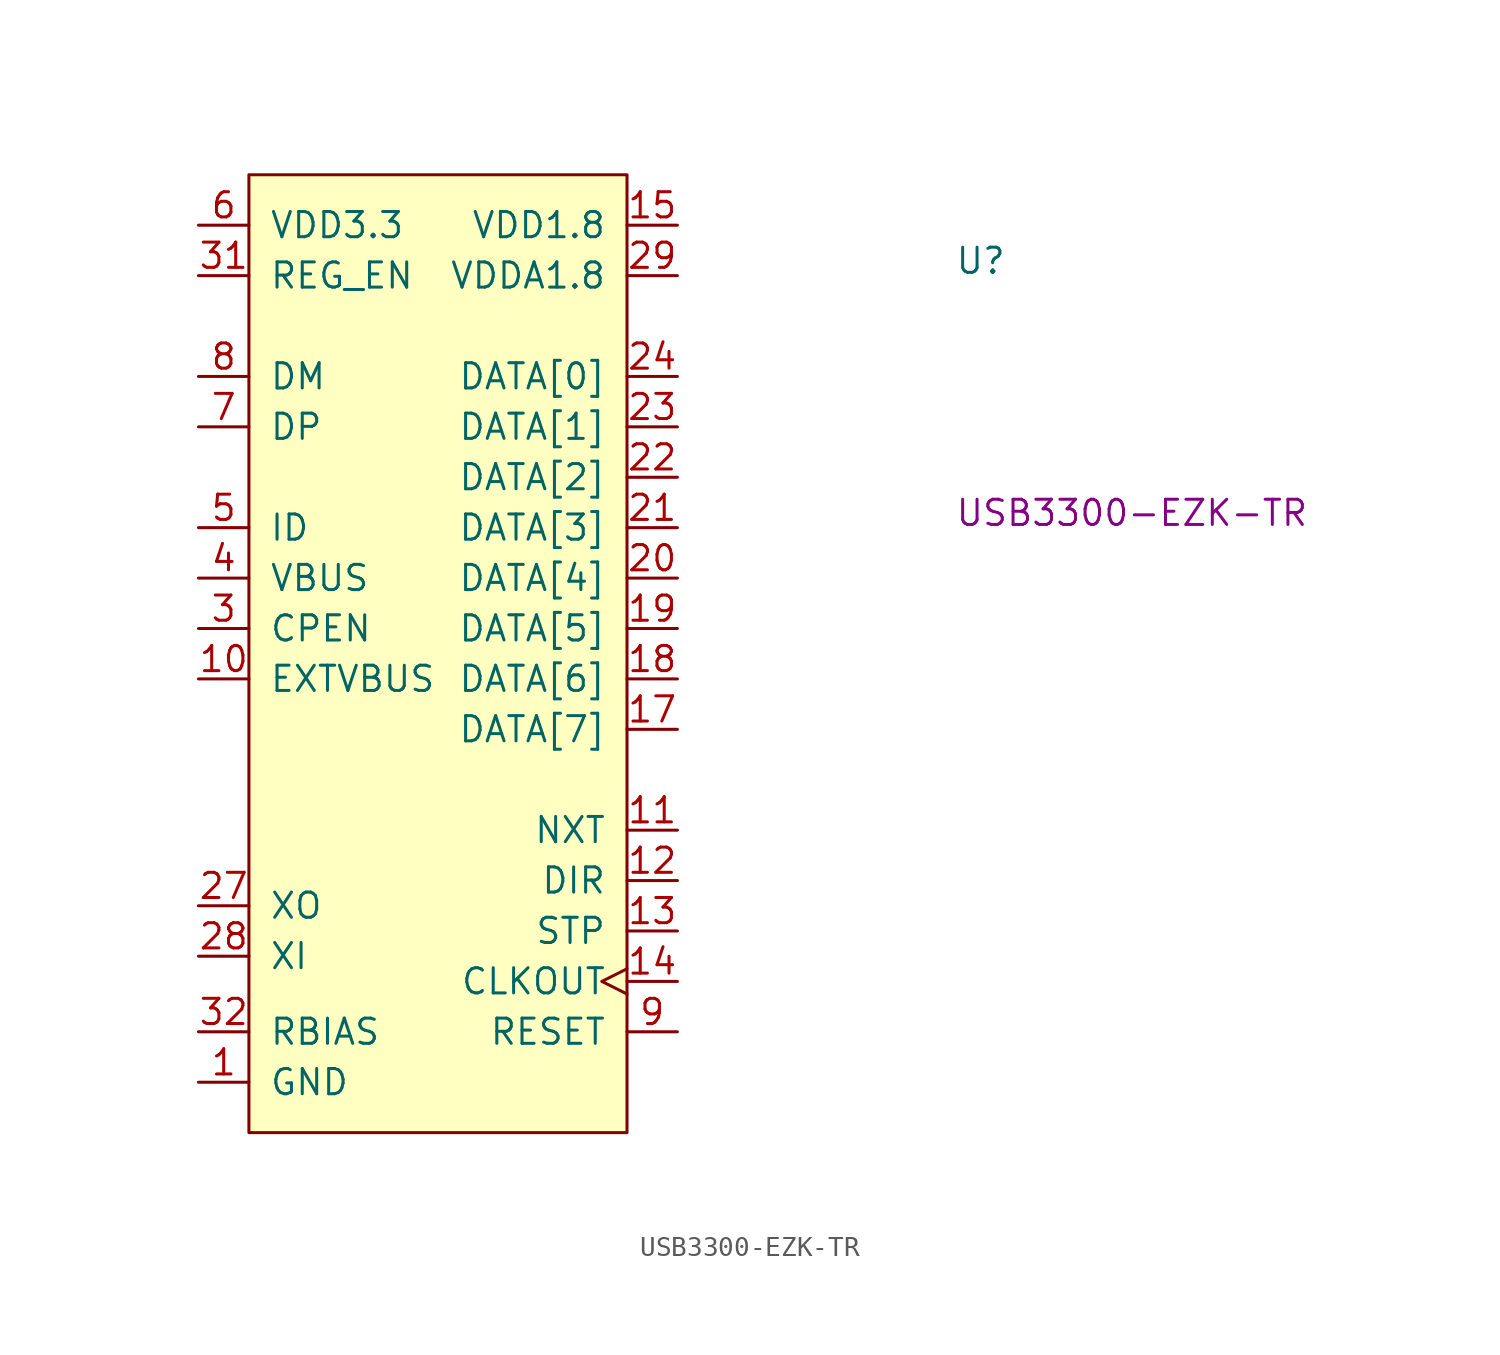
<source format=kicad_sym>
(kicad_symbol_lib
  (version 20220914)
  (generator kicad_symbol_editor)
  (symbol "USB3300-EZK-TR"
    (pin_names
      (offset 1.016))
    (property "Reference" "U"
      (at 38.1 -2.54 0)
      (effects (font (size 1.27 1.27) (thickness 0.15)) (justify left bottom)))
    (property "MPN" "USB3300-EZK-TR"
      (at 38.1 -15.24 0)
      (effects (font (size 1.27 1.27) (thickness 0.15)) (justify left bottom)))
    (symbol "USB3300-EZK-TR_0_0"
      (rectangle (start 2.54 2.54) (end 21.59 -45.72) (stroke (width 0) (type default)) (fill (type background)))
      (pin power_in line (at 0 -43.18 0) (length 2.54) (name "GND" (effects (font (size 1.27 1.27)))) (number "1" (effects (font (size 1.27 1.27)))))
      (pin input line (at 0 -22.86 0) (length 2.54) (name "EXTVBUS" (effects (font (size 1.27 1.27)))) (number "10" (effects (font (size 1.27 1.27)))))
      (pin output line (at 24.13 -30.48 180) (length 2.54) (name "NXT" (effects (font (size 1.27 1.27)))) (number "11" (effects (font (size 1.27 1.27)))))
      (pin output line (at 24.13 -33.02 180) (length 2.54) (name "DIR" (effects (font (size 1.27 1.27)))) (number "12" (effects (font (size 1.27 1.27)))))
      (pin input line (at 24.13 -35.56 180) (length 2.54) (name "STP" (effects (font (size 1.27 1.27)))) (number "13" (effects (font (size 1.27 1.27)))))
      (pin output clock (at 24.13 -38.1 180) (length 2.54) (name "CLKOUT" (effects (font (size 1.27 1.27)))) (number "14" (effects (font (size 1.27 1.27)))))
      (pin power_in line (at 24.13 0 180) (length 2.54) (name "VDD1.8" (effects (font (size 1.27 1.27)))) (number "15" (effects (font (size 1.27 1.27)))))
      (pin passive line (at 0 0 0) (length 2.54) hide (name "VDD3.3" (effects (font (size 1.27 1.27)))) (number "16" (effects (font (size 1.27 1.27)))))
      (pin bidirectional line (at 24.13 -25.4 180) (length 2.54) (name "DATA[7]" (effects (font (size 1.27 1.27)))) (number "17" (effects (font (size 1.27 1.27)))))
      (pin bidirectional line (at 24.13 -22.86 180) (length 2.54) (name "DATA[6]" (effects (font (size 1.27 1.27)))) (number "18" (effects (font (size 1.27 1.27)))))
      (pin bidirectional line (at 24.13 -20.32 180) (length 2.54) (name "DATA[5]" (effects (font (size 1.27 1.27)))) (number "19" (effects (font (size 1.27 1.27)))))
      (pin passive line (at 0 -43.18 0) (length 2.54) hide (name "GND" (effects (font (size 1.27 1.27)))) (number "2" (effects (font (size 1.27 1.27)))))
      (pin bidirectional line (at 24.13 -17.78 180) (length 2.54) (name "DATA[4]" (effects (font (size 1.27 1.27)))) (number "20" (effects (font (size 1.27 1.27)))))
      (pin bidirectional line (at 24.13 -15.24 180) (length 2.54) (name "DATA[3]" (effects (font (size 1.27 1.27)))) (number "21" (effects (font (size 1.27 1.27)))))
      (pin bidirectional line (at 24.13 -12.7 180) (length 2.54) (name "DATA[2]" (effects (font (size 1.27 1.27)))) (number "22" (effects (font (size 1.27 1.27)))))
      (pin bidirectional line (at 24.13 -10.16 180) (length 2.54) (name "DATA[1]" (effects (font (size 1.27 1.27)))) (number "23" (effects (font (size 1.27 1.27)))))
      (pin bidirectional line (at 24.13 -7.62 180) (length 2.54) (name "DATA[0]" (effects (font (size 1.27 1.27)))) (number "24" (effects (font (size 1.27 1.27)))))
      (pin passive line (at 0 0 0) (length 2.54) hide (name "VDD3.3" (effects (font (size 1.27 1.27)))) (number "25" (effects (font (size 1.27 1.27)))))
      (pin passive line (at 24.13 0 180) (length 2.54) hide (name "VDD1.8" (effects (font (size 1.27 1.27)))) (number "26" (effects (font (size 1.27 1.27)))))
      (pin output line (at 0 -34.29 0) (length 2.54) (name "XO" (effects (font (size 1.27 1.27)))) (number "27" (effects (font (size 1.27 1.27)))))
      (pin input line (at 0 -36.83 0) (length 2.54) (name "XI" (effects (font (size 1.27 1.27)))) (number "28" (effects (font (size 1.27 1.27)))))
      (pin power_in line (at 24.13 -2.54 180) (length 2.54) (name "VDDA1.8" (effects (font (size 1.27 1.27)))) (number "29" (effects (font (size 1.27 1.27)))))
      (pin output line (at 0 -20.32 0) (length 2.54) (name "CPEN" (effects (font (size 1.27 1.27)))) (number "3" (effects (font (size 1.27 1.27)))))
      (pin passive line (at 0 0 0) (length 2.54) hide (name "VDD3.3" (effects (font (size 1.27 1.27)))) (number "30" (effects (font (size 1.27 1.27)))))
      (pin bidirectional line (at 0 -2.54 0) (length 2.54) (name "REG_EN" (effects (font (size 1.27 1.27)))) (number "31" (effects (font (size 1.27 1.27)))))
      (pin bidirectional line (at 0 -40.64 0) (length 2.54) (name "RBIAS" (effects (font (size 1.27 1.27)))) (number "32" (effects (font (size 1.27 1.27)))))
      (pin passive line (at 0 -43.18 0) (length 2.54) hide (name "EP" (effects (font (size 1.27 1.27)))) (number "33" (effects (font (size 1.27 1.27)))))
      (pin bidirectional line (at 0 -17.78 0) (length 2.54) (name "VBUS" (effects (font (size 1.27 1.27)))) (number "4" (effects (font (size 1.27 1.27)))))
      (pin input line (at 0 -15.24 0) (length 2.54) (name "ID" (effects (font (size 1.27 1.27)))) (number "5" (effects (font (size 1.27 1.27)))))
      (pin power_in line (at 0 0 0) (length 2.54) (name "VDD3.3" (effects (font (size 1.27 1.27)))) (number "6" (effects (font (size 1.27 1.27)))))
      (pin bidirectional line (at 0 -10.16 0) (length 2.54) (name "DP" (effects (font (size 1.27 1.27)))) (number "7" (effects (font (size 1.27 1.27)))))
      (pin bidirectional line (at 0 -7.62 0) (length 2.54) (name "DM" (effects (font (size 1.27 1.27)))) (number "8" (effects (font (size 1.27 1.27)))))
      (pin input line (at 24.13 -40.64 180) (length 2.54) (name "RESET" (effects (font (size 1.27 1.27)))) (number "9" (effects (font (size 1.27 1.27))))))))
</source>
